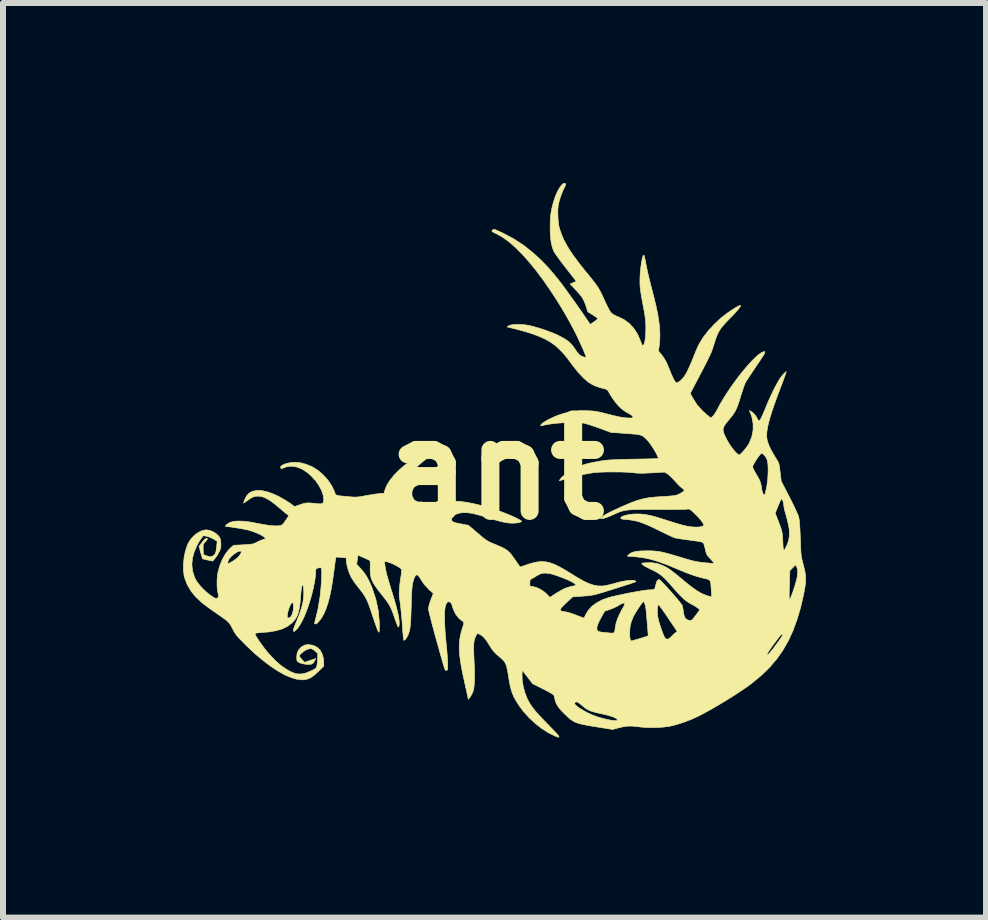
<source format=kicad_pcb>
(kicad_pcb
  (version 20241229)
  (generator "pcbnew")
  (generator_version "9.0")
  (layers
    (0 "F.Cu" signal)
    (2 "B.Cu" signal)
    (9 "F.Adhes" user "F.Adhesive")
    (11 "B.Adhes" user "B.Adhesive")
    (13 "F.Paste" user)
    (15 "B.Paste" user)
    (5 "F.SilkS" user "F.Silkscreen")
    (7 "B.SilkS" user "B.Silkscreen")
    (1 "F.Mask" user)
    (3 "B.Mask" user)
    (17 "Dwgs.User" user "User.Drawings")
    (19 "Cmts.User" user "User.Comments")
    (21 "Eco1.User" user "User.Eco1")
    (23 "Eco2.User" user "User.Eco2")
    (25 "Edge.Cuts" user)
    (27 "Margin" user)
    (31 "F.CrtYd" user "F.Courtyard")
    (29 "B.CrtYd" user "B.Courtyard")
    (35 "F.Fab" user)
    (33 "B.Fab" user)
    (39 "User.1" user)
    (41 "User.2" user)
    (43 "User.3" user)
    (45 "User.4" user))
  (footprint "ant"
    (layer "F.Cu")
    (at 5.192 4.772)
    (property "Reference" "ant" (at 0 0 0) (layer "F.SilkS") (effects (font (size 1.524 1.524) (thickness 0.3))))
    (attr through_hole)
    (fp_poly (pts (xy 1.169 -4.766) (xy 1.179 -4.761) (xy 1.182 -4.753) (xy 1.178 -4.737) (xy 1.166 -4.709) (xy 1.147 -4.671) (xy 1.124 -4.619) (xy 1.1 -4.556) (xy 1.08 -4.494) (xy 1.075 -4.476) (xy 1.063 -4.427) (xy 1.056 -4.386) (xy 1.052 -4.345) (xy 1.051 -4.299) (xy 1.052 -4.239) (xy 1.052 -4.224) (xy 1.056 -4.155) (xy 1.061 -4.101) (xy 1.069 -4.054) (xy 1.081 -4.008) (xy 1.088 -3.987) (xy 1.118 -3.903) (xy 1.154 -3.82) (xy 1.2 -3.735) (xy 1.255 -3.645) (xy 1.322 -3.548) (xy 1.401 -3.442) (xy 1.495 -3.323) (xy 1.513 -3.302) (xy 1.577 -3.223) (xy 1.629 -3.158) (xy 1.671 -3.104) (xy 1.705 -3.057) (xy 1.733 -3.013) (xy 1.757 -2.971) (xy 1.78 -2.926) (xy 1.804 -2.875) (xy 1.827 -2.823) (xy 1.856 -2.759) (xy 1.885 -2.701) (xy 1.91 -2.654) (xy 1.93 -2.622) (xy 1.937 -2.613) (xy 1.977 -2.581) (xy 2.035 -2.553) (xy 2.053 -2.546) (xy 2.152 -2.499) (xy 2.24 -2.434) (xy 2.317 -2.351) (xy 2.38 -2.253) (xy 2.429 -2.14) (xy 2.435 -2.123) (xy 2.447 -2.091) (xy 2.458 -2.07) (xy 2.464 -2.065) (xy 2.48 -2.076) (xy 2.494 -2.107) (xy 2.504 -2.157) (xy 2.512 -2.225) (xy 2.516 -2.294) (xy 2.517 -2.351) (xy 2.517 -2.404) (xy 2.514 -2.455) (xy 2.509 -2.508) (xy 2.501 -2.569) (xy 2.49 -2.639) (xy 2.474 -2.724) (xy 2.456 -2.819) (xy 2.441 -2.905) (xy 2.43 -2.974) (xy 2.423 -3.035) (xy 2.419 -3.092) (xy 2.419 -3.145) (xy 2.42 -3.207) (xy 2.424 -3.273) (xy 2.43 -3.34) (xy 2.438 -3.404) (xy 2.447 -3.462) (xy 2.457 -3.511) (xy 2.467 -3.548) (xy 2.476 -3.569) (xy 2.485 -3.571) (xy 2.485 -3.571) (xy 2.49 -3.557) (xy 2.498 -3.526) (xy 2.508 -3.481) (xy 2.518 -3.427) (xy 2.522 -3.407) (xy 2.534 -3.348) (xy 2.55 -3.274) (xy 2.57 -3.191) (xy 2.591 -3.105) (xy 2.612 -3.021) (xy 2.617 -3.004) (xy 2.658 -2.846) (xy 2.691 -2.706) (xy 2.716 -2.581) (xy 2.734 -2.469) (xy 2.746 -2.366) (xy 2.751 -2.271) (xy 2.75 -2.18) (xy 2.743 -2.09) (xy 2.739 -2.055) (xy 2.728 -1.974) (xy 2.77 -1.923) (xy 2.802 -1.882) (xy 2.828 -1.843) (xy 2.852 -1.801) (xy 2.876 -1.749) (xy 2.903 -1.682) (xy 2.904 -1.68) (xy 2.94 -1.593) (xy 2.971 -1.525) (xy 2.996 -1.478) (xy 3.015 -1.451) (xy 3.018 -1.449) (xy 3.031 -1.444) (xy 3.051 -1.451) (xy 3.077 -1.468) (xy 3.112 -1.498) (xy 3.145 -1.535) (xy 3.178 -1.582) (xy 3.211 -1.642) (xy 3.245 -1.716) (xy 3.284 -1.807) (xy 3.309 -1.87) (xy 3.334 -1.932) (xy 3.36 -1.994) (xy 3.384 -2.048) (xy 3.404 -2.09) (xy 3.409 -2.098) (xy 3.475 -2.205) (xy 3.56 -2.314) (xy 3.657 -2.42) (xy 3.763 -2.519) (xy 3.841 -2.581) (xy 3.889 -2.616) (xy 3.939 -2.65) (xy 3.987 -2.681) (xy 4.03 -2.707) (xy 4.065 -2.725) (xy 4.087 -2.735) (xy 4.094 -2.735) (xy 4.094 -2.723) (xy 4.081 -2.7) (xy 4.054 -2.665) (xy 4.012 -2.618) (xy 3.955 -2.557) (xy 3.908 -2.509) (xy 3.846 -2.445) (xy 3.798 -2.391) (xy 3.761 -2.343) (xy 3.731 -2.295) (xy 3.706 -2.244) (xy 3.683 -2.183) (xy 3.659 -2.108) (xy 3.649 -2.076) (xy 3.636 -2.035) (xy 3.622 -1.994) (xy 3.606 -1.952) (xy 3.586 -1.906) (xy 3.56 -1.853) (xy 3.529 -1.789) (xy 3.489 -1.712) (xy 3.441 -1.619) (xy 3.433 -1.604) (xy 3.257 -1.269) (xy 3.297 -1.194) (xy 3.368 -1.081) (xy 3.458 -0.98) (xy 3.52 -0.924) (xy 3.601 -0.858) (xy 3.634 -0.89) (xy 3.656 -0.915) (xy 3.681 -0.954) (xy 3.706 -0.997) (xy 3.71 -1.005) (xy 3.758 -1.095) (xy 3.814 -1.189) (xy 3.875 -1.285) (xy 3.94 -1.381) (xy 4.008 -1.475) (xy 4.077 -1.567) (xy 4.146 -1.653) (xy 4.213 -1.732) (xy 4.277 -1.802) (xy 4.337 -1.862) (xy 4.39 -1.91) (xy 4.437 -1.944) (xy 4.474 -1.962) (xy 4.494 -1.964) (xy 4.5 -1.961) (xy 4.501 -1.954) (xy 4.497 -1.94) (xy 4.484 -1.917) (xy 4.464 -1.884) (xy 4.434 -1.838) (xy 4.394 -1.778) (xy 4.356 -1.723) (xy 4.312 -1.657) (xy 4.27 -1.594) (xy 4.233 -1.539) (xy 4.204 -1.493) (xy 4.183 -1.461) (xy 4.174 -1.446) (xy 4.164 -1.422) (xy 4.15 -1.382) (xy 4.132 -1.329) (xy 4.112 -1.268) (xy 4.097 -1.22) (xy 4.072 -1.138) (xy 4.049 -1.072) (xy 4.029 -1.02) (xy 4.008 -0.976) (xy 3.984 -0.936) (xy 3.955 -0.896) (xy 3.92 -0.852) (xy 3.909 -0.839) (xy 3.863 -0.783) (xy 3.83 -0.738) (xy 3.81 -0.7) (xy 3.804 -0.665) (xy 3.809 -0.627) (xy 3.826 -0.581) (xy 3.854 -0.523) (xy 3.868 -0.494) (xy 3.896 -0.445) (xy 3.929 -0.394) (xy 3.965 -0.345) (xy 4 -0.302) (xy 4.032 -0.269) (xy 4.058 -0.248) (xy 4.071 -0.243) (xy 4.087 -0.251) (xy 4.112 -0.274) (xy 4.142 -0.306) (xy 4.174 -0.345) (xy 4.205 -0.385) (xy 4.23 -0.422) (xy 4.241 -0.443) (xy 4.283 -0.548) (xy 4.304 -0.657) (xy 4.304 -0.766) (xy 4.284 -0.874) (xy 4.262 -0.936) (xy 4.241 -0.983) (xy 4.274 -0.966) (xy 4.311 -0.938) (xy 4.349 -0.892) (xy 4.378 -0.841) (xy 4.391 -0.817) (xy 4.401 -0.81) (xy 4.413 -0.819) (xy 4.419 -0.825) (xy 4.43 -0.842) (xy 4.448 -0.876) (xy 4.469 -0.923) (xy 4.493 -0.978) (xy 4.506 -1.011) (xy 4.552 -1.122) (xy 4.599 -1.227) (xy 4.645 -1.324) (xy 4.69 -1.41) (xy 4.731 -1.483) (xy 4.768 -1.54) (xy 4.795 -1.574) (xy 4.822 -1.602) (xy 4.844 -1.623) (xy 4.855 -1.631) (xy 4.856 -1.63) (xy 4.853 -1.619) (xy 4.844 -1.59) (xy 4.828 -1.546) (xy 4.808 -1.49) (xy 4.784 -1.425) (xy 4.762 -1.368) (xy 4.704 -1.214) (xy 4.655 -1.078) (xy 4.615 -0.96) (xy 4.583 -0.856) (xy 4.559 -0.767) (xy 4.542 -0.69) (xy 4.533 -0.624) (xy 4.53 -0.567) (xy 4.531 -0.539) (xy 4.54 -0.481) (xy 4.562 -0.415) (xy 4.597 -0.339) (xy 4.646 -0.25) (xy 4.681 -0.193) (xy 4.704 -0.157) (xy 4.72 -0.129) (xy 4.731 -0.102) (xy 4.739 -0.072) (xy 4.745 -0.032) (xy 4.752 0.022) (xy 4.754 0.044) (xy 4.772 0.192) (xy 4.909 0.459) (xy 4.949 0.537) (xy 4.985 0.611) (xy 5.016 0.678) (xy 5.041 0.733) (xy 5.058 0.775) (xy 5.064 0.794) (xy 5.071 0.831) (xy 5.077 0.885) (xy 5.082 0.957) (xy 5.087 1.049) (xy 5.091 1.152) (xy 5.094 1.24) (xy 5.097 1.309) (xy 5.1 1.365) (xy 5.103 1.409) (xy 5.108 1.446) (xy 5.114 1.481) (xy 5.122 1.516) (xy 5.132 1.555) (xy 5.14 1.585) (xy 5.16 1.664) (xy 5.173 1.733) (xy 5.18 1.797) (xy 5.179 1.863) (xy 5.171 1.936) (xy 5.157 2.021) (xy 5.147 2.074) (xy 5.096 2.296) (xy 5.036 2.499) (xy 4.968 2.685) (xy 4.889 2.856) (xy 4.799 3.013) (xy 4.696 3.159) (xy 4.579 3.295) (xy 4.447 3.424) (xy 4.3 3.547) (xy 4.278 3.564) (xy 4.192 3.627) (xy 4.09 3.696) (xy 3.977 3.77) (xy 3.857 3.845) (xy 3.734 3.919) (xy 3.614 3.989) (xy 3.499 4.053) (xy 3.401 4.104) (xy 3.282 4.159) (xy 3.158 4.207) (xy 3.034 4.247) (xy 2.919 4.276) (xy 2.893 4.28) (xy 2.819 4.29) (xy 2.73 4.296) (xy 2.634 4.299) (xy 2.539 4.297) (xy 2.452 4.292) (xy 2.391 4.285) (xy 2.303 4.275) (xy 2.226 4.274) (xy 2.15 4.283) (xy 2.071 4.301) (xy 1.966 4.33) (xy 1.682 4.285) (xy 1.583 4.269) (xy 1.503 4.254) (xy 1.438 4.24) (xy 1.385 4.225) (xy 1.34 4.208) (xy 1.301 4.187) (xy 1.264 4.162) (xy 1.226 4.13) (xy 1.183 4.09) (xy 1.175 4.083) (xy 1.11 4.017) (xy 1.062 3.959) (xy 1.029 3.904) (xy 1.024 3.893) (xy 1.329 3.893) (xy 1.33 3.904) (xy 1.344 3.92) (xy 1.369 3.944) (xy 1.415 3.977) (xy 1.476 4.014) (xy 1.546 4.052) (xy 1.62 4.086) (xy 1.69 4.113) (xy 1.747 4.132) (xy 1.808 4.148) (xy 1.869 4.163) (xy 1.926 4.174) (xy 1.976 4.181) (xy 2.014 4.184) (xy 2.037 4.182) (xy 2.043 4.176) (xy 2.033 4.155) (xy 2.003 4.135) (xy 1.953 4.114) (xy 1.882 4.093) (xy 1.789 4.071) (xy 1.779 4.069) (xy 1.699 4.051) (xy 1.636 4.035) (xy 1.587 4.018) (xy 1.546 3.998) (xy 1.509 3.975) (xy 1.472 3.945) (xy 1.427 3.907) (xy 1.393 3.883) (xy 1.37 3.872) (xy 1.352 3.872) (xy 1.338 3.881) (xy 1.338 3.882) (xy 1.329 3.893) (xy 1.024 3.893) (xy 1.008 3.851) (xy 1.005 3.838) (xy 0.997 3.802) (xy 0.99 3.772) (xy 0.987 3.763) (xy 0.975 3.75) (xy 0.945 3.73) (xy 0.899 3.704) (xy 0.839 3.672) (xy 0.806 3.655) (xy 0.631 3.568) (xy 0.545 3.455) (xy 0.458 3.343) (xy 0.455 3.408) (xy 0.457 3.507) (xy 0.474 3.613) (xy 0.503 3.72) (xy 0.542 3.82) (xy 0.565 3.864) (xy 0.59 3.907) (xy 0.62 3.95) (xy 0.654 3.996) (xy 0.696 4.046) (xy 0.748 4.103) (xy 0.811 4.17) (xy 0.888 4.249) (xy 0.899 4.26) (xy 0.962 4.325) (xy 1.011 4.376) (xy 1.045 4.413) (xy 1.065 4.439) (xy 1.071 4.454) (xy 1.066 4.459) (xy 1.048 4.456) (xy 1.019 4.445) (xy 0.994 4.435) (xy 0.888 4.382) (xy 0.779 4.311) (xy 0.672 4.227) (xy 0.571 4.133) (xy 0.48 4.032) (xy 0.41 3.939) (xy 0.359 3.859) (xy 0.319 3.787) (xy 0.289 3.716) (xy 0.266 3.64) (xy 0.247 3.553) (xy 0.237 3.495) (xy 0.224 3.411) (xy 0.212 3.344) (xy 0.201 3.293) (xy 0.189 3.253) (xy 0.175 3.222) (xy 0.157 3.195) (xy 0.134 3.17) (xy 0.104 3.142) (xy 0.075 3.117) (xy 0.035 3.082) (xy 4.534 3.082) (xy 4.534 3.082) (xy 4.541 3.087) (xy 4.553 3.081) (xy 4.571 3.065) (xy 4.597 3.035) (xy 4.632 2.991) (xy 4.677 2.932) (xy 4.695 2.907) (xy 4.738 2.849) (xy 4.768 2.806) (xy 4.786 2.775) (xy 4.795 2.755) (xy 4.795 2.743) (xy 4.794 2.742) (xy 4.788 2.739) (xy 4.778 2.745) (xy 4.76 2.762) (xy 4.735 2.793) (xy 4.7 2.838) (xy 4.656 2.897) (xy 4.616 2.951) (xy 4.583 3) (xy 4.556 3.039) (xy 4.54 3.068) (xy 4.534 3.082) (xy 0.035 3.082) (xy 0.022 3.07) (xy -0.017 3.029) (xy -0.05 2.988) (xy -0.08 2.94) (xy -0.082 2.938) (xy -0.124 2.87) (xy -0.161 2.819) (xy -0.196 2.782) (xy -0.231 2.756) (xy -0.245 2.749) (xy -0.287 2.727) (xy -0.309 2.762) (xy -0.325 2.793) (xy -0.337 2.827) (xy -0.345 2.866) (xy -0.35 2.914) (xy -0.351 2.975) (xy -0.35 3.053) (xy -0.347 3.125) (xy -0.341 3.256) (xy -0.338 3.366) (xy -0.337 3.459) (xy -0.339 3.535) (xy -0.343 3.597) (xy -0.349 3.647) (xy -0.358 3.686) (xy -0.364 3.703) (xy -0.382 3.743) (xy -0.402 3.779) (xy -0.414 3.797) (xy -0.44 3.827) (xy -0.446 3.799) (xy -0.45 3.78) (xy -0.458 3.743) (xy -0.469 3.692) (xy -0.483 3.632) (xy -0.496 3.573) (xy -0.528 3.427) (xy -0.554 3.299) (xy -0.572 3.188) (xy -0.585 3.089) (xy -0.591 3.001) (xy -0.591 2.921) (xy -0.585 2.846) (xy -0.574 2.773) (xy -0.556 2.701) (xy -0.541 2.65) (xy -0.539 2.643) (xy 1.701 2.643) (xy 1.704 2.669) (xy 1.715 2.688) (xy 1.739 2.701) (xy 1.778 2.709) (xy 1.833 2.715) (xy 1.896 2.721) (xy 1.94 2.725) (xy 1.969 2.725) (xy 1.986 2.719) (xy 1.996 2.706) (xy 1.996 2.706) (xy 2.248 2.706) (xy 2.249 2.77) (xy 2.253 2.815) (xy 2.261 2.842) (xy 2.273 2.854) (xy 2.289 2.854) (xy 2.309 2.847) (xy 2.345 2.836) (xy 2.392 2.823) (xy 2.433 2.81) (xy 2.481 2.796) (xy 2.52 2.783) (xy 2.546 2.774) (xy 2.555 2.771) (xy 2.556 2.758) (xy 2.554 2.73) (xy 2.551 2.69) (xy 2.55 2.673) (xy 2.545 2.623) (xy 2.54 2.56) (xy 2.535 2.492) (xy 2.53 2.435) (xy 2.523 2.356) (xy 2.709 2.356) (xy 2.711 2.408) (xy 2.717 2.458) (xy 2.721 2.479) (xy 2.735 2.534) (xy 2.753 2.593) (xy 2.773 2.653) (xy 2.793 2.709) (xy 2.812 2.757) (xy 2.829 2.794) (xy 2.843 2.816) (xy 2.848 2.82) (xy 2.879 2.825) (xy 2.903 2.818) (xy 2.929 2.796) (xy 2.939 2.786) (xy 2.968 2.756) (xy 2.998 2.729) (xy 3.008 2.721) (xy 3.04 2.698) (xy 2.887 2.47) (xy 2.838 2.397) (xy 2.796 2.338) (xy 2.763 2.293) (xy 2.74 2.264) (xy 2.727 2.252) (xy 2.725 2.252) (xy 2.716 2.272) (xy 2.71 2.309) (xy 2.709 2.356) (xy 2.523 2.356) (xy 2.522 2.349) (xy 2.512 2.281) (xy 2.5 2.234) (xy 2.486 2.206) (xy 2.478 2.201) (xy 2.468 2.208) (xy 2.449 2.23) (xy 2.424 2.264) (xy 2.396 2.305) (xy 2.367 2.35) (xy 2.34 2.394) (xy 2.317 2.434) (xy 2.311 2.446) (xy 2.274 2.535) (xy 2.254 2.622) (xy 2.248 2.706) (xy 1.996 2.706) (xy 2.001 2.684) (xy 2.005 2.652) (xy 2.007 2.637) (xy 2.02 2.565) (xy 2.042 2.496) (xy 2.073 2.422) (xy 2.116 2.339) (xy 2.124 2.325) (xy 2.148 2.283) (xy 2.161 2.256) (xy 2.165 2.24) (xy 2.161 2.231) (xy 2.155 2.227) (xy 2.136 2.226) (xy 2.109 2.237) (xy 2.07 2.26) (xy 2.025 2.285) (xy 1.971 2.31) (xy 1.919 2.33) (xy 1.918 2.331) (xy 1.832 2.36) (xy 1.785 2.442) (xy 1.744 2.517) (xy 1.717 2.579) (xy 1.703 2.625) (xy 1.701 2.643) (xy -0.539 2.643) (xy -0.526 2.602) (xy -0.518 2.571) (xy -0.516 2.552) (xy -0.519 2.541) (xy -0.526 2.534) (xy -0.595 2.481) (xy -0.65 2.411) (xy -0.691 2.325) (xy -0.703 2.288) (xy -0.716 2.246) (xy -0.729 2.221) (xy -0.746 2.209) (xy -0.748 2.208) (xy -0.773 2.202) (xy -0.791 2.21) (xy -0.807 2.235) (xy -0.815 2.251) (xy -0.827 2.296) (xy -0.834 2.36) (xy -0.837 2.444) (xy -0.835 2.545) (xy -0.829 2.663) (xy -0.819 2.796) (xy -0.813 2.859) (xy -0.805 2.942) (xy -0.797 3.024) (xy -0.791 3.101) (xy -0.787 3.168) (xy -0.785 3.22) (xy -0.784 3.243) (xy -0.784 3.291) (xy -0.786 3.322) (xy -0.79 3.338) (xy -0.797 3.345) (xy -0.805 3.346) (xy -0.811 3.347) (xy -0.815 3.347) (xy -0.819 3.345) (xy -0.824 3.339) (xy -0.829 3.328) (xy -0.836 3.309) (xy -0.845 3.282) (xy -0.857 3.244) (xy -0.872 3.193) (xy -0.89 3.129) (xy -0.913 3.048) (xy -0.94 2.95) (xy -0.973 2.833) (xy -0.977 2.819) (xy -1.004 2.721) (xy -1.029 2.628) (xy -1.052 2.542) (xy -1.071 2.467) (xy -1.087 2.405) (xy -1.098 2.357) (xy -1.104 2.327) (xy -1.104 2.319) (xy -1.1 2.289) (xy -1.09 2.247) (xy -1.074 2.197) (xy -1.064 2.169) (xy -1.024 2.064) (xy -1.098 1.997) (xy -1.177 1.911) (xy -1.193 1.887) (xy 0.585 1.887) (xy 0.585 1.941) (xy 0.633 1.948) (xy 0.698 1.966) (xy 0.766 1.999) (xy 0.83 2.042) (xy 0.865 2.074) (xy 0.919 2.129) (xy 1.014 2.067) (xy 1.062 2.038) (xy 1.112 2.009) (xy 1.154 1.987) (xy 1.17 1.98) (xy 1.218 1.963) (xy 1.271 1.948) (xy 1.296 1.942) (xy 1.36 1.929) (xy 1.329 1.899) (xy 1.304 1.882) (xy 1.263 1.86) (xy 1.209 1.835) (xy 1.148 1.81) (xy 1.084 1.785) (xy 1.021 1.763) (xy 0.964 1.745) (xy 0.918 1.734) (xy 0.911 1.732) (xy 0.847 1.725) (xy 0.795 1.728) (xy 0.746 1.744) (xy 0.692 1.774) (xy 0.689 1.776) (xy 0.653 1.798) (xy 0.623 1.816) (xy 0.605 1.825) (xy 0.592 1.836) (xy 0.586 1.859) (xy 0.585 1.887) (xy -1.193 1.887) (xy -1.222 1.843) (xy -1.253 1.793) (xy -1.279 1.763) (xy -1.301 1.754) (xy -1.319 1.764) (xy -1.335 1.792) (xy -1.348 1.826) (xy -1.358 1.858) (xy -1.367 1.89) (xy -1.373 1.927) (xy -1.378 1.971) (xy -1.382 2.024) (xy -1.386 2.091) (xy -1.389 2.173) (xy -1.391 2.275) (xy -1.395 2.383) (xy -1.398 2.472) (xy -1.402 2.544) (xy -1.407 2.603) (xy -1.413 2.65) (xy -1.422 2.69) (xy -1.432 2.724) (xy -1.444 2.755) (xy -1.457 2.781) (xy -1.478 2.816) (xy -1.497 2.838) (xy -1.512 2.845) (xy -1.517 2.841) (xy -1.519 2.827) (xy -1.523 2.796) (xy -1.527 2.749) (xy -1.532 2.693) (xy -1.535 2.65) (xy -1.54 2.577) (xy -1.546 2.499) (xy -1.554 2.421) (xy -1.561 2.346) (xy -1.568 2.278) (xy -1.575 2.221) (xy -1.581 2.177) (xy -1.586 2.152) (xy -1.586 2.15) (xy -1.591 2.118) (xy -1.592 2.068) (xy -1.589 2.005) (xy -1.584 1.935) (xy -1.575 1.862) (xy -1.569 1.821) (xy -1.56 1.767) (xy -1.555 1.719) (xy -1.552 1.683) (xy -1.552 1.664) (xy -1.553 1.663) (xy -1.566 1.648) (xy -1.596 1.628) (xy -1.635 1.604) (xy -1.68 1.581) (xy -1.724 1.561) (xy -1.764 1.546) (xy -1.788 1.539) (xy -1.837 1.532) (xy -1.829 1.597) (xy -1.823 1.639) (xy -1.813 1.688) (xy -1.8 1.745) (xy -1.781 1.813) (xy -1.757 1.895) (xy -1.727 1.994) (xy -1.711 2.045) (xy -1.67 2.179) (xy -1.638 2.294) (xy -1.614 2.392) (xy -1.599 2.472) (xy -1.591 2.537) (xy -1.592 2.586) (xy -1.6 2.622) (xy -1.605 2.624) (xy -1.615 2.61) (xy -1.628 2.579) (xy -1.647 2.53) (xy -1.667 2.473) (xy -1.694 2.395) (xy -1.719 2.333) (xy -1.743 2.281) (xy -1.771 2.234) (xy -1.804 2.185) (xy -1.847 2.129) (xy -1.873 2.096) (xy -1.935 2.018) (xy -1.983 1.953) (xy -2.019 1.898) (xy -2.044 1.848) (xy -2.061 1.801) (xy -2.071 1.752) (xy -2.075 1.7) (xy -2.075 1.644) (xy -2.074 1.595) (xy -2.075 1.554) (xy -2.077 1.526) (xy -2.08 1.517) (xy -2.093 1.509) (xy -2.122 1.495) (xy -2.161 1.478) (xy -2.184 1.467) (xy -2.28 1.426) (xy -2.3 1.579) (xy -2.235 1.649) (xy -2.176 1.719) (xy -2.125 1.797) (xy -2.079 1.888) (xy -2.043 1.973) (xy -1.981 2.16) (xy -1.941 2.348) (xy -1.923 2.536) (xy -1.922 2.595) (xy -1.922 2.649) (xy -1.923 2.684) (xy -1.926 2.703) (xy -1.93 2.709) (xy -1.937 2.705) (xy -1.944 2.691) (xy -1.958 2.658) (xy -1.975 2.61) (xy -1.996 2.551) (xy -2.02 2.483) (xy -2.037 2.43) (xy -2.067 2.341) (xy -2.091 2.27) (xy -2.114 2.212) (xy -2.135 2.164) (xy -2.158 2.121) (xy -2.184 2.08) (xy -2.215 2.036) (xy -2.254 1.987) (xy -2.279 1.955) (xy -2.318 1.905) (xy -2.355 1.852) (xy -2.386 1.803) (xy -2.402 1.772) (xy -2.428 1.711) (xy -2.45 1.642) (xy -2.466 1.574) (xy -2.473 1.515) (xy -2.474 1.506) (xy -2.474 1.471) (xy -2.557 1.464) (xy -2.598 1.46) (xy -2.629 1.459) (xy -2.645 1.46) (xy -2.646 1.46) (xy -2.648 1.472) (xy -2.653 1.502) (xy -2.66 1.548) (xy -2.668 1.606) (xy -2.676 1.672) (xy -2.679 1.69) (xy -2.701 1.854) (xy -2.725 1.997) (xy -2.751 2.122) (xy -2.78 2.229) (xy -2.811 2.321) (xy -2.845 2.399) (xy -2.845 2.4) (xy -2.874 2.452) (xy -2.905 2.499) (xy -2.935 2.537) (xy -2.962 2.563) (xy -2.983 2.573) (xy -2.983 2.573) (xy -3 2.569) (xy -3.001 2.553) (xy -2.999 2.548) (xy -2.944 2.322) (xy -2.906 2.092) (xy -2.886 1.863) (xy -2.882 1.727) (xy -2.883 1.68) (xy -2.886 1.652) (xy -2.894 1.638) (xy -2.911 1.635) (xy -2.939 1.64) (xy -2.947 1.641) (xy -2.969 1.648) (xy -2.979 1.66) (xy -2.982 1.685) (xy -2.982 1.694) (xy -2.987 1.775) (xy -3.001 1.872) (xy -3.023 1.979) (xy -3.051 2.093) (xy -3.085 2.208) (xy -3.122 2.32) (xy -3.163 2.425) (xy -3.199 2.504) (xy -3.229 2.561) (xy -3.26 2.611) (xy -3.291 2.652) (xy -3.318 2.681) (xy -3.339 2.696) (xy -3.353 2.693) (xy -3.356 2.682) (xy -3.352 2.66) (xy -3.341 2.625) (xy -3.321 2.575) (xy -3.299 2.523) (xy -3.254 2.41) (xy -3.22 2.31) (xy -3.197 2.221) (xy -3.185 2.139) (xy -3.181 2.061) (xy -3.183 2.014) (xy -3.185 1.973) (xy -3.189 1.945) (xy -3.191 1.938) (xy -3.198 1.923) (xy -3.204 1.927) (xy -3.211 1.94) (xy -3.217 1.958) (xy -3.222 1.995) (xy -3.228 2.044) (xy -3.233 2.102) (xy -3.236 2.133) (xy -3.244 2.234) (xy -3.256 2.317) (xy -3.272 2.385) (xy -3.293 2.442) (xy -3.321 2.49) (xy -3.357 2.533) (xy -3.383 2.559) (xy -3.454 2.613) (xy -3.54 2.655) (xy -3.642 2.685) (xy -3.761 2.705) (xy -3.858 2.713) (xy -3.921 2.718) (xy -3.964 2.723) (xy -3.988 2.729) (xy -3.994 2.734) (xy -3.99 2.75) (xy -3.975 2.78) (xy -3.95 2.82) (xy -3.917 2.869) (xy -3.879 2.922) (xy -3.838 2.977) (xy -3.796 3.03) (xy -3.755 3.078) (xy -3.653 3.186) (xy -3.553 3.272) (xy -3.453 3.339) (xy -3.415 3.36) (xy -3.367 3.382) (xy -3.331 3.396) (xy -3.299 3.403) (xy -3.263 3.406) (xy -3.249 3.406) (xy -3.209 3.404) (xy -3.174 3.398) (xy -3.136 3.386) (xy -3.088 3.366) (xy -3.076 3.361) (xy -3.03 3.34) (xy -3 3.325) (xy -2.983 3.311) (xy -2.972 3.296) (xy -2.965 3.275) (xy -2.963 3.268) (xy -2.956 3.231) (xy -2.951 3.183) (xy -2.949 3.14) (xy -2.949 3.061) (xy -2.997 3.021) (xy -3.028 2.997) (xy -3.053 2.985) (xy -3.078 2.984) (xy -3.113 2.992) (xy -3.118 2.994) (xy -3.145 3.006) (xy -3.177 3.026) (xy -3.21 3.051) (xy -3.237 3.076) (xy -3.255 3.096) (xy -3.258 3.105) (xy -3.251 3.118) (xy -3.233 3.141) (xy -3.213 3.163) (xy -3.168 3.212) (xy -3.075 3.18) (xy -2.982 3.149) (xy -3.004 3.192) (xy -3.028 3.226) (xy -3.054 3.242) (xy -3.097 3.247) (xy -3.15 3.244) (xy -3.204 3.234) (xy -3.248 3.22) (xy -3.253 3.218) (xy -3.277 3.204) (xy -3.291 3.19) (xy -3.297 3.169) (xy -3.299 3.134) (xy -3.299 3.13) (xy -3.293 3.062) (xy -3.268 3.006) (xy -3.223 2.958) (xy -3.208 2.947) (xy -3.161 2.923) (xy -3.109 2.916) (xy -3.046 2.925) (xy -3.018 2.932) (xy -2.959 2.961) (xy -2.911 3.007) (xy -2.876 3.068) (xy -2.855 3.142) (xy -2.849 3.214) (xy -2.849 3.276) (xy -2.942 3.366) (xy -3.001 3.421) (xy -3.052 3.459) (xy -3.099 3.484) (xy -3.148 3.498) (xy -3.201 3.503) (xy -3.214 3.503) (xy -3.3 3.493) (xy -3.396 3.464) (xy -3.501 3.419) (xy -3.613 3.356) (xy -3.732 3.278) (xy -3.856 3.184) (xy -3.984 3.077) (xy -4.115 2.955) (xy -4.154 2.917) (xy -4.21 2.86) (xy -4.253 2.816) (xy -4.286 2.78) (xy -4.311 2.748) (xy -4.331 2.719) (xy -4.349 2.688) (xy -4.366 2.655) (xy -4.384 2.62) (xy -4.399 2.591) (xy -4.416 2.567) (xy -4.436 2.544) (xy -4.462 2.52) (xy -4.496 2.493) (xy -4.542 2.46) (xy -4.566 2.443) (xy -3.457 2.443) (xy -3.455 2.465) (xy -3.445 2.472) (xy -3.422 2.469) (xy -3.416 2.467) (xy -3.396 2.451) (xy -3.379 2.42) (xy -3.364 2.377) (xy -3.355 2.33) (xy -3.351 2.284) (xy -3.354 2.245) (xy -3.365 2.219) (xy -3.366 2.217) (xy -3.378 2.218) (xy -3.393 2.235) (xy -3.41 2.266) (xy -3.426 2.305) (xy -3.44 2.349) (xy -3.451 2.393) (xy -3.456 2.433) (xy -3.457 2.443) (xy -4.566 2.443) (xy -4.601 2.419) (xy -4.649 2.385) (xy -4.708 2.344) (xy -4.767 2.302) (xy -4.822 2.261) (xy -4.866 2.227) (xy -4.88 2.216) (xy -4.98 2.123) (xy -5.062 2.022) (xy -5.124 1.915) (xy -5.166 1.804) (xy -5.175 1.767) (xy -5.187 1.675) (xy -5.186 1.572) (xy -5.175 1.465) (xy -5.154 1.361) (xy -5.123 1.266) (xy -5.107 1.228) (xy -5.065 1.162) (xy -5.012 1.104) (xy -4.951 1.056) (xy -4.887 1.023) (xy -4.823 1.006) (xy -4.803 1.005) (xy -4.748 1.014) (xy -4.689 1.038) (xy -4.636 1.073) (xy -4.6 1.108) (xy -4.582 1.135) (xy -4.571 1.162) (xy -4.565 1.198) (xy -4.563 1.227) (xy -4.562 1.272) (xy -4.565 1.305) (xy -4.576 1.338) (xy -4.593 1.373) (xy -4.616 1.416) (xy -4.643 1.457) (xy -4.663 1.483) (xy -4.699 1.525) (xy -4.781 1.508) (xy -4.821 1.499) (xy -4.851 1.492) (xy -4.866 1.487) (xy -4.867 1.487) (xy -4.872 1.475) (xy -4.88 1.447) (xy -4.892 1.407) (xy -4.899 1.381) (xy -4.926 1.28) (xy -4.887 1.227) (xy -4.855 1.187) (xy -4.826 1.159) (xy -4.802 1.146) (xy -4.787 1.148) (xy -4.787 1.15) (xy -4.79 1.164) (xy -4.805 1.186) (xy -4.82 1.203) (xy -4.84 1.224) (xy -4.852 1.242) (xy -4.857 1.263) (xy -4.858 1.293) (xy -4.857 1.331) (xy -4.854 1.417) (xy -4.797 1.438) (xy -4.763 1.45) (xy -4.739 1.454) (xy -4.717 1.449) (xy -4.701 1.443) (xy -4.678 1.429) (xy -4.66 1.408) (xy -4.647 1.376) (xy -4.638 1.329) (xy -4.631 1.268) (xy -4.624 1.195) (xy -4.678 1.161) (xy -4.722 1.138) (xy -4.77 1.12) (xy -4.792 1.114) (xy -4.852 1.1) (xy -4.883 1.137) (xy -4.903 1.166) (xy -4.929 1.206) (xy -4.953 1.249) (xy -4.953 1.25) (xy -5.005 1.366) (xy -5.036 1.477) (xy -5.046 1.585) (xy -5.034 1.689) (xy -5.002 1.792) (xy -4.989 1.822) (xy -4.959 1.871) (xy -4.915 1.928) (xy -4.862 1.986) (xy -4.804 2.041) (xy -4.746 2.089) (xy -4.701 2.119) (xy -4.667 2.139) (xy -4.646 2.149) (xy -4.633 2.149) (xy -4.621 2.141) (xy -4.616 2.136) (xy -4.605 2.122) (xy -4.601 2.107) (xy -4.604 2.084) (xy -4.611 2.054) (xy -4.621 1.997) (xy -4.626 1.926) (xy -4.626 1.849) (xy -4.62 1.773) (xy -4.611 1.712) (xy -4.58 1.601) (xy -4.562 1.557) (xy -4.448 1.557) (xy -4.444 1.568) (xy -4.443 1.568) (xy -4.429 1.563) (xy -4.402 1.549) (xy -4.367 1.529) (xy -4.361 1.525) (xy -4.301 1.483) (xy -4.256 1.438) (xy -4.228 1.394) (xy -4.224 1.383) (xy -4.222 1.365) (xy -4.234 1.359) (xy -4.248 1.359) (xy -4.274 1.366) (xy -4.31 1.386) (xy -4.349 1.413) (xy -4.385 1.444) (xy -4.414 1.474) (xy -4.419 1.48) (xy -4.434 1.506) (xy -4.444 1.534) (xy -4.448 1.557) (xy -4.562 1.557) (xy -4.538 1.498) (xy -4.487 1.407) (xy -4.428 1.332) (xy -4.4 1.304) (xy -4.351 1.262) (xy -4.19 1.254) (xy -4.127 1.25) (xy -4.08 1.247) (xy -4.046 1.242) (xy -4.019 1.236) (xy -3.994 1.226) (xy -3.967 1.213) (xy -3.961 1.209) (xy -3.921 1.19) (xy -3.882 1.174) (xy -3.857 1.166) (xy -3.833 1.158) (xy -3.821 1.15) (xy -3.821 1.149) (xy -3.831 1.132) (xy -3.859 1.111) (xy -3.9 1.087) (xy -3.953 1.062) (xy -4.012 1.039) (xy -4.074 1.018) (xy -4.1 1.01) (xy -4.146 1) (xy -4.205 0.988) (xy -4.27 0.977) (xy -4.337 0.966) (xy -4.399 0.957) (xy -4.45 0.951) (xy -4.481 0.949) (xy -4.488 0.945) (xy -4.479 0.931) (xy -4.46 0.912) (xy -4.416 0.883) (xy -4.356 0.865) (xy -4.28 0.858) (xy -4.186 0.861) (xy -4.074 0.874) (xy -3.944 0.899) (xy -3.94 0.9) (xy -3.829 0.92) (xy -3.732 0.934) (xy -3.651 0.939) (xy -3.587 0.937) (xy -3.558 0.931) (xy -3.537 0.917) (xy -3.509 0.885) (xy -3.482 0.846) (xy -3.431 0.768) (xy -3.474 0.735) (xy -3.502 0.712) (xy -3.539 0.68) (xy -3.58 0.645) (xy -3.594 0.634) (xy -3.676 0.566) (xy -3.747 0.514) (xy -3.81 0.478) (xy -3.867 0.455) (xy -3.921 0.444) (xy -3.969 0.444) (xy -4.001 0.449) (xy -4.032 0.46) (xy -4.067 0.479) (xy -4.105 0.506) (xy -4.141 0.531) (xy -4.168 0.549) (xy -4.184 0.559) (xy -4.185 0.559) (xy -4.182 0.547) (xy -4.174 0.522) (xy -4.169 0.509) (xy -4.136 0.442) (xy -4.09 0.392) (xy -4.031 0.361) (xy -3.959 0.348) (xy -3.875 0.352) (xy -3.778 0.375) (xy -3.684 0.409) (xy -3.624 0.436) (xy -3.557 0.472) (xy -3.489 0.511) (xy -3.427 0.55) (xy -3.379 0.584) (xy -3.378 0.585) (xy -3.337 0.618) (xy -3.24 0.584) (xy -3.2 0.571) (xy -3.167 0.562) (xy -3.137 0.557) (xy -3.103 0.556) (xy -3.062 0.558) (xy -3.008 0.563) (xy -2.946 0.57) (xy -2.9 0.572) (xy -2.871 0.565) (xy -2.855 0.546) (xy -2.85 0.511) (xy -2.849 0.495) (xy -2.859 0.423) (xy -2.886 0.346) (xy -2.928 0.267) (xy -2.982 0.189) (xy -3.047 0.117) (xy -3.118 0.053) (xy -3.193 0.002) (xy -3.22 -0.012) (xy -3.297 -0.042) (xy -3.374 -0.055) (xy -3.445 -0.052) (xy -3.501 -0.034) (xy -3.532 -0.021) (xy -3.551 -0.018) (xy -3.564 -0.025) (xy -3.564 -0.025) (xy -3.569 -0.042) (xy -3.556 -0.06) (xy -3.528 -0.078) (xy -3.488 -0.095) (xy -3.439 -0.108) (xy -3.385 -0.117) (xy -3.329 -0.121) (xy -3.324 -0.121) (xy -3.239 -0.113) (xy -3.146 -0.089) (xy -3.054 -0.052) (xy -3.034 -0.042) (xy -2.944 0.015) (xy -2.859 0.088) (xy -2.783 0.173) (xy -2.719 0.265) (xy -2.673 0.359) (xy -2.666 0.379) (xy -2.66 0.397) (xy -2.654 0.411) (xy -2.644 0.421) (xy -2.628 0.429) (xy -2.603 0.434) (xy -2.565 0.44) (xy -2.512 0.445) (xy -2.441 0.452) (xy -2.43 0.453) (xy -2.375 0.457) (xy -2.331 0.459) (xy -2.292 0.458) (xy -2.25 0.453) (xy -2.198 0.445) (xy -2.158 0.437) (xy -2.095 0.426) (xy -2.03 0.415) (xy -1.972 0.407) (xy -1.929 0.402) (xy -1.844 0.395) (xy -1.832 0.349) (xy -1.802 0.27) (xy -1.752 0.188) (xy -1.686 0.104) (xy -1.606 0.02) (xy -1.514 -0.061) (xy -1.412 -0.138) (xy -1.303 -0.209) (xy -1.189 -0.272) (xy -1.073 -0.325) (xy -0.957 -0.366) (xy -0.945 -0.37) (xy -0.888 -0.384) (xy -0.847 -0.391) (xy -0.823 -0.39) (xy -0.817 -0.382) (xy -0.83 -0.369) (xy -0.863 -0.349) (xy -0.887 -0.338) (xy -0.919 -0.321) (xy -0.963 -0.296) (xy -1.013 -0.265) (xy -1.06 -0.234) (xy -1.172 -0.153) (xy -1.275 -0.067) (xy -1.368 0.024) (xy -1.449 0.115) (xy -1.515 0.205) (xy -1.566 0.292) (xy -1.599 0.374) (xy -1.607 0.405) (xy -1.609 0.423) (xy -1.605 0.438) (xy -1.593 0.453) (xy -1.568 0.474) (xy -1.539 0.497) (xy -1.463 0.553) (xy -1.34 0.546) (xy -1.216 0.539) (xy -1.093 0.613) (xy -1.043 0.643) (xy -1.008 0.664) (xy -0.982 0.673) (xy -0.96 0.673) (xy -0.939 0.661) (xy -0.912 0.639) (xy -0.878 0.609) (xy -0.831 0.571) (xy -0.788 0.546) (xy -0.742 0.532) (xy -0.685 0.527) (xy -0.652 0.527) (xy -0.571 0.532) (xy -0.474 0.545) (xy -0.365 0.566) (xy -0.247 0.594) (xy -0.126 0.628) (xy -0.003 0.665) (xy 0.116 0.706) (xy 0.228 0.75) (xy 0.329 0.794) (xy 0.361 0.81) (xy 0.399 0.83) (xy 0.429 0.847) (xy 0.445 0.858) (xy 0.446 0.859) (xy 0.442 0.869) (xy 0.42 0.879) (xy 0.385 0.887) (xy 0.343 0.892) (xy 0.298 0.894) (xy 0.297 0.894) (xy 0.25 0.892) (xy 0.199 0.886) (xy 0.142 0.875) (xy 0.075 0.859) (xy -0.007 0.836) (xy -0.104 0.806) (xy -0.202 0.776) (xy -0.282 0.753) (xy -0.349 0.736) (xy -0.406 0.725) (xy -0.456 0.72) (xy -0.501 0.718) (xy -0.568 0.722) (xy -0.623 0.735) (xy -0.673 0.76) (xy -0.687 0.769) (xy -0.714 0.79) (xy -0.724 0.806) (xy -0.724 0.825) (xy -0.723 0.827) (xy -0.716 0.848) (xy -0.705 0.864) (xy -0.685 0.876) (xy -0.654 0.887) (xy -0.607 0.897) (xy -0.565 0.905) (xy -0.439 0.929) (xy -0.3 1.047) (xy -0.242 1.096) (xy -0.197 1.134) (xy -0.161 1.162) (xy -0.13 1.183) (xy -0.1 1.2) (xy -0.069 1.216) (xy -0.03 1.232) (xy -0.004 1.243) (xy 0.071 1.275) (xy 0.13 1.301) (xy 0.176 1.326) (xy 0.213 1.352) (xy 0.246 1.382) (xy 0.278 1.419) (xy 0.313 1.467) (xy 0.347 1.516) (xy 0.376 1.558) (xy 0.4 1.592) (xy 0.417 1.615) (xy 0.424 1.623) (xy 0.435 1.62) (xy 0.462 1.611) (xy 0.503 1.597) (xy 0.552 1.581) (xy 0.558 1.578) (xy 0.638 1.554) (xy 0.711 1.539) (xy 0.779 1.533) (xy 0.847 1.537) (xy 0.917 1.552) (xy 0.991 1.579) (xy 1.073 1.618) (xy 1.165 1.67) (xy 1.272 1.735) (xy 1.287 1.745) (xy 1.393 1.81) (xy 1.485 1.861) (xy 1.567 1.899) (xy 1.641 1.924) (xy 1.709 1.938) (xy 1.774 1.941) (xy 1.808 1.939) (xy 1.847 1.933) (xy 1.899 1.922) (xy 1.958 1.907) (xy 2.013 1.892) (xy 2.087 1.872) (xy 2.159 1.858) (xy 2.224 1.848) (xy 2.279 1.845) (xy 2.319 1.847) (xy 2.336 1.853) (xy 2.35 1.862) (xy 2.344 1.87) (xy 2.335 1.875) (xy 2.319 1.881) (xy 2.285 1.892) (xy 2.236 1.909) (xy 2.173 1.929) (xy 2.101 1.952) (xy 2.021 1.978) (xy 1.977 1.991) (xy 1.884 2.02) (xy 1.808 2.044) (xy 1.747 2.062) (xy 1.698 2.076) (xy 1.657 2.086) (xy 1.62 2.093) (xy 1.585 2.099) (xy 1.549 2.103) (xy 1.507 2.106) (xy 1.469 2.109) (xy 1.299 2.121) (xy 1.196 2.216) (xy 1.145 2.264) (xy 1.112 2.3) (xy 1.095 2.327) (xy 1.094 2.345) (xy 1.108 2.357) (xy 1.139 2.365) (xy 1.162 2.368) (xy 1.204 2.376) (xy 1.259 2.391) (xy 1.32 2.412) (xy 1.355 2.425) (xy 1.403 2.444) (xy 1.444 2.459) (xy 1.472 2.47) (xy 1.484 2.474) (xy 1.484 2.474) (xy 1.491 2.465) (xy 1.504 2.441) (xy 1.517 2.413) (xy 1.562 2.34) (xy 1.626 2.273) (xy 1.706 2.215) (xy 1.8 2.167) (xy 1.902 2.132) (xy 1.961 2.116) (xy 2.033 2.1) (xy 2.112 2.083) (xy 2.196 2.065) (xy 2.28 2.049) (xy 2.361 2.034) (xy 2.435 2.022) (xy 2.498 2.012) (xy 2.546 2.006) (xy 2.57 2.005) (xy 2.61 2.003) (xy 2.642 1.999) (xy 2.659 1.994) (xy 2.66 1.993) (xy 2.668 1.977) (xy 2.677 1.947) (xy 2.683 1.922) (xy 2.695 1.876) (xy 2.709 1.848) (xy 2.727 1.835) (xy 2.739 1.833) (xy 2.752 1.841) (xy 2.776 1.864) (xy 2.809 1.897) (xy 2.849 1.94) (xy 2.894 1.989) (xy 2.94 2.04) (xy 2.986 2.093) (xy 3.029 2.143) (xy 3.067 2.189) (xy 3.097 2.227) (xy 3.117 2.254) (xy 3.124 2.266) (xy 3.13 2.291) (xy 3.137 2.328) (xy 3.141 2.358) (xy 3.151 2.418) (xy 3.165 2.46) (xy 3.185 2.488) (xy 3.212 2.504) (xy 3.219 2.507) (xy 3.249 2.514) (xy 3.272 2.515) (xy 3.274 2.514) (xy 3.287 2.503) (xy 3.31 2.478) (xy 3.337 2.444) (xy 3.352 2.424) (xy 3.415 2.339) (xy 3.391 2.314) (xy 3.369 2.297) (xy 3.335 2.275) (xy 3.294 2.253) (xy 3.288 2.249) (xy 3.24 2.223) (xy 3.193 2.191) (xy 3.145 2.152) (xy 3.094 2.103) (xy 3.035 2.04) (xy 2.967 1.963) (xy 2.96 1.955) (xy 2.9 1.886) (xy 2.849 1.831) (xy 2.804 1.788) (xy 2.761 1.753) (xy 2.717 1.722) (xy 2.666 1.694) (xy 2.607 1.665) (xy 2.605 1.664) (xy 2.555 1.639) (xy 2.511 1.616) (xy 2.478 1.596) (xy 2.46 1.583) (xy 2.46 1.582) (xy 2.451 1.571) (xy 2.45 1.564) (xy 2.462 1.559) (xy 2.49 1.556) (xy 2.526 1.553) (xy 2.623 1.552) (xy 2.712 1.567) (xy 2.801 1.6) (xy 2.802 1.601) (xy 2.839 1.619) (xy 2.874 1.638) (xy 2.909 1.661) (xy 2.948 1.688) (xy 2.994 1.724) (xy 3.05 1.769) (xy 3.119 1.827) (xy 3.12 1.828) (xy 3.213 1.904) (xy 3.292 1.966) (xy 3.362 2.015) (xy 3.425 2.053) (xy 3.484 2.081) (xy 3.541 2.102) (xy 3.583 2.114) (xy 3.615 2.122) (xy 3.612 2.08) (xy 4.905 2.08) (xy 4.906 2.126) (xy 4.907 2.154) (xy 4.91 2.168) (xy 4.914 2.169) (xy 4.922 2.155) (xy 4.935 2.123) (xy 4.952 2.079) (xy 4.971 2.025) (xy 4.982 1.992) (xy 5.015 1.887) (xy 5.037 1.8) (xy 5.046 1.728) (xy 5.045 1.671) (xy 5.032 1.627) (xy 5.031 1.624) (xy 5.012 1.587) (xy 4.916 1.684) (xy 4.909 1.933) (xy 4.906 2.017) (xy 4.905 2.08) (xy 3.612 2.08) (xy 3.607 2.008) (xy 3.603 1.943) (xy 3.599 1.897) (xy 3.592 1.866) (xy 3.581 1.846) (xy 3.563 1.833) (xy 3.534 1.823) (xy 3.495 1.814) (xy 3.48 1.811) (xy 3.417 1.795) (xy 3.353 1.777) (xy 3.287 1.755) (xy 3.214 1.728) (xy 3.129 1.694) (xy 3.029 1.653) (xy 3.001 1.641) (xy 2.874 1.588) (xy 2.761 1.546) (xy 2.66 1.513) (xy 2.566 1.488) (xy 2.474 1.469) (xy 2.382 1.457) (xy 2.313 1.451) (xy 2.208 1.443) (xy 2.233 1.417) (xy 2.264 1.393) (xy 2.307 1.375) (xy 2.364 1.363) (xy 2.438 1.356) (xy 2.532 1.354) (xy 2.54 1.354) (xy 2.599 1.354) (xy 2.652 1.357) (xy 2.704 1.362) (xy 2.757 1.37) (xy 2.814 1.382) (xy 2.881 1.399) (xy 2.958 1.421) (xy 3.051 1.448) (xy 3.135 1.474) (xy 3.216 1.498) (xy 3.283 1.517) (xy 3.342 1.53) (xy 3.4 1.54) (xy 3.464 1.549) (xy 3.489 1.551) (xy 3.545 1.557) (xy 3.594 1.561) (xy 3.63 1.564) (xy 3.651 1.564) (xy 3.653 1.563) (xy 3.649 1.553) (xy 3.632 1.531) (xy 3.606 1.502) (xy 3.593 1.488) (xy 3.56 1.453) (xy 3.539 1.425) (xy 3.525 1.397) (xy 3.515 1.361) (xy 3.508 1.329) (xy 3.497 1.285) (xy 3.486 1.248) (xy 3.477 1.225) (xy 3.475 1.221) (xy 3.465 1.214) (xy 3.442 1.207) (xy 3.406 1.199) (xy 3.353 1.19) (xy 3.281 1.181) (xy 3.248 1.176) (xy 3.178 1.167) (xy 3.114 1.158) (xy 3.059 1.149) (xy 3.018 1.142) (xy 2.994 1.136) (xy 2.994 1.136) (xy 2.972 1.127) (xy 2.934 1.11) (xy 2.884 1.087) (xy 2.825 1.058) (xy 2.762 1.027) (xy 2.755 1.024) (xy 2.653 0.974) (xy 2.566 0.933) (xy 2.491 0.902) (xy 2.424 0.877) (xy 2.362 0.859) (xy 2.302 0.847) (xy 2.238 0.837) (xy 2.187 0.833) (xy 2.142 0.828) (xy 2.115 0.823) (xy 2.102 0.816) (xy 2.098 0.806) (xy 2.109 0.791) (xy 2.137 0.776) (xy 2.18 0.762) (xy 2.234 0.751) (xy 2.294 0.743) (xy 2.357 0.74) (xy 2.367 0.74) (xy 2.421 0.741) (xy 2.474 0.745) (xy 2.528 0.753) (xy 2.587 0.765) (xy 2.655 0.782) (xy 2.735 0.805) (xy 2.83 0.835) (xy 2.877 0.85) (xy 2.952 0.874) (xy 3.027 0.897) (xy 3.096 0.917) (xy 3.156 0.933) (xy 3.201 0.943) (xy 3.208 0.945) (xy 3.274 0.954) (xy 3.338 0.959) (xy 3.395 0.958) (xy 3.44 0.952) (xy 3.469 0.941) (xy 3.474 0.937) (xy 3.481 0.927) (xy 3.481 0.914) (xy 3.47 0.895) (xy 3.449 0.863) (xy 3.443 0.855) (xy 3.411 0.816) (xy 3.37 0.771) (xy 3.327 0.729) (xy 3.323 0.726) (xy 4.672 0.726) (xy 4.731 0.879) (xy 4.754 0.939) (xy 4.77 0.984) (xy 4.781 1.022) (xy 4.788 1.058) (xy 4.793 1.1) (xy 4.796 1.152) (xy 4.799 1.198) (xy 4.802 1.265) (xy 4.806 1.311) (xy 4.811 1.338) (xy 4.819 1.345) (xy 4.83 1.334) (xy 4.845 1.306) (xy 4.866 1.262) (xy 4.867 1.262) (xy 4.896 1.182) (xy 4.909 1.099) (xy 4.907 1.008) (xy 4.9 0.959) (xy 4.888 0.9) (xy 4.872 0.831) (xy 4.854 0.766) (xy 4.849 0.747) (xy 4.834 0.696) (xy 4.823 0.648) (xy 4.816 0.609) (xy 4.815 0.594) (xy 4.812 0.563) (xy 4.803 0.532) (xy 4.792 0.507) (xy 4.78 0.492) (xy 4.772 0.493) (xy 4.764 0.507) (xy 4.751 0.536) (xy 4.733 0.577) (xy 4.718 0.614) (xy 4.672 0.726) (xy 3.323 0.726) (xy 3.318 0.72) (xy 3.281 0.688) (xy 3.256 0.668) (xy 3.238 0.659) (xy 3.221 0.657) (xy 3.203 0.66) (xy 3.183 0.662) (xy 3.144 0.663) (xy 3.089 0.664) (xy 3.019 0.665) (xy 2.937 0.665) (xy 2.847 0.666) (xy 2.75 0.665) (xy 2.722 0.665) (xy 2.596 0.664) (xy 2.489 0.664) (xy 2.399 0.665) (xy 2.324 0.667) (xy 2.261 0.671) (xy 2.208 0.676) (xy 2.162 0.683) (xy 2.121 0.693) (xy 2.082 0.705) (xy 2.043 0.721) (xy 2.001 0.739) (xy 1.976 0.751) (xy 1.924 0.774) (xy 1.875 0.794) (xy 1.833 0.808) (xy 1.809 0.814) (xy 1.761 0.82) (xy 1.795 0.785) (xy 1.821 0.765) (xy 1.866 0.739) (xy 1.927 0.707) (xy 2.004 0.67) (xy 2.011 0.667) (xy 2.122 0.616) (xy 2.218 0.575) (xy 2.301 0.541) (xy 2.375 0.515) (xy 2.443 0.495) (xy 2.51 0.48) (xy 2.578 0.468) (xy 2.652 0.46) (xy 2.734 0.454) (xy 2.766 0.452) (xy 2.835 0.448) (xy 2.899 0.443) (xy 2.955 0.438) (xy 2.997 0.433) (xy 3.017 0.429) (xy 3.051 0.418) (xy 3.087 0.401) (xy 3.121 0.381) (xy 3.147 0.361) (xy 3.158 0.345) (xy 3.158 0.344) (xy 3.15 0.332) (xy 3.129 0.314) (xy 3.115 0.304) (xy 3.089 0.283) (xy 3.055 0.25) (xy 3.018 0.21) (xy 2.998 0.187) (xy 2.961 0.146) (xy 2.923 0.109) (xy 2.89 0.081) (xy 2.876 0.071) (xy 2.828 0.043) (xy 2.618 0.055) (xy 2.533 0.059) (xy 2.464 0.062) (xy 2.409 0.061) (xy 2.361 0.059) (xy 2.317 0.054) (xy 2.311 0.053) (xy 2.258 0.048) (xy 2.189 0.044) (xy 2.107 0.041) (xy 2.018 0.04) (xy 1.926 0.04) (xy 1.837 0.041) (xy 1.756 0.044) (xy 1.687 0.048) (xy 1.64 0.053) (xy 1.452 0.086) (xy 1.281 0.127) (xy 1.2 0.151) (xy 1.153 0.166) (xy 1.113 0.177) (xy 1.086 0.184) (xy 1.076 0.185) (xy 1.081 0.176) (xy 1.096 0.155) (xy 1.113 0.135) (xy 1.141 0.11) (xy 1.184 0.079) (xy 1.239 0.044) (xy 1.299 0.008) (xy 1.36 -0.025) (xy 1.407 -0.048) (xy 4.296 -0.048) (xy 4.301 -0.028) (xy 4.316 0.005) (xy 4.338 0.046) (xy 4.355 0.075) (xy 4.389 0.133) (xy 4.413 0.18) (xy 4.428 0.222) (xy 4.439 0.266) (xy 4.445 0.308) (xy 4.452 0.352) (xy 4.464 0.389) (xy 4.477 0.414) (xy 4.49 0.425) (xy 4.496 0.423) (xy 4.502 0.408) (xy 4.511 0.376) (xy 4.521 0.333) (xy 4.53 0.292) (xy 4.542 0.212) (xy 4.55 0.128) (xy 4.554 0.045) (xy 4.554 -0.032) (xy 4.55 -0.099) (xy 4.541 -0.151) (xy 4.535 -0.168) (xy 4.516 -0.206) (xy 4.491 -0.239) (xy 4.481 -0.249) (xy 4.459 -0.267) (xy 4.445 -0.271) (xy 4.433 -0.263) (xy 4.428 -0.257) (xy 4.405 -0.23) (xy 4.378 -0.194) (xy 4.35 -0.152) (xy 4.326 -0.112) (xy 4.307 -0.077) (xy 4.297 -0.053) (xy 4.296 -0.048) (xy 1.407 -0.048) (xy 1.418 -0.054) (xy 1.469 -0.075) (xy 1.477 -0.078) (xy 1.527 -0.093) (xy 1.592 -0.109) (xy 1.667 -0.124) (xy 1.746 -0.139) (xy 1.822 -0.151) (xy 1.855 -0.155) (xy 1.889 -0.158) (xy 1.941 -0.161) (xy 2.009 -0.164) (xy 2.088 -0.167) (xy 2.177 -0.17) (xy 2.27 -0.172) (xy 2.338 -0.173) (xy 2.429 -0.175) (xy 2.512 -0.176) (xy 2.584 -0.178) (xy 2.645 -0.18) (xy 2.691 -0.181) (xy 2.719 -0.182) (xy 2.728 -0.183) (xy 2.724 -0.194) (xy 2.714 -0.219) (xy 2.706 -0.237) (xy 2.679 -0.291) (xy 2.642 -0.352) (xy 2.601 -0.414) (xy 2.56 -0.468) (xy 2.536 -0.495) (xy 2.51 -0.522) (xy 2.486 -0.543) (xy 2.463 -0.559) (xy 2.436 -0.571) (xy 2.402 -0.58) (xy 2.359 -0.587) (xy 2.301 -0.592) (xy 2.227 -0.598) (xy 2.178 -0.602) (xy 1.933 -0.619) (xy 1.742 -0.69) (xy 1.676 -0.713) (xy 1.611 -0.735) (xy 1.552 -0.754) (xy 1.506 -0.767) (xy 1.48 -0.773) (xy 1.415 -0.781) (xy 1.334 -0.784) (xy 1.24 -0.784) (xy 1.141 -0.779) (xy 1.04 -0.772) (xy 0.944 -0.761) (xy 0.856 -0.747) (xy 0.79 -0.733) (xy 0.768 -0.729) (xy 0.763 -0.733) (xy 0.774 -0.751) (xy 0.774 -0.751) (xy 0.795 -0.771) (xy 0.832 -0.796) (xy 0.881 -0.825) (xy 0.939 -0.854) (xy 1 -0.882) (xy 1.06 -0.906) (xy 1.087 -0.915) (xy 1.183 -0.944) (xy 1.267 -0.964) (xy 1.347 -0.976) (xy 1.431 -0.981) (xy 1.528 -0.98) (xy 1.584 -0.978) (xy 1.631 -0.975) (xy 1.674 -0.97) (xy 1.719 -0.962) (xy 1.77 -0.951) (xy 1.833 -0.936) (xy 1.902 -0.918) (xy 1.995 -0.895) (xy 2.07 -0.878) (xy 2.131 -0.867) (xy 2.182 -0.861) (xy 2.212 -0.859) (xy 2.256 -0.858) (xy 2.283 -0.859) (xy 2.297 -0.863) (xy 2.302 -0.871) (xy 2.303 -0.877) (xy 2.295 -0.893) (xy 2.271 -0.912) (xy 2.229 -0.936) (xy 2.228 -0.936) (xy 2.179 -0.964) (xy 2.13 -0.999) (xy 2.094 -1.028) (xy 2.051 -1.073) (xy 2.003 -1.131) (xy 1.958 -1.195) (xy 1.918 -1.258) (xy 1.901 -1.288) (xy 1.888 -1.312) (xy 1.874 -1.327) (xy 1.853 -1.338) (xy 1.819 -1.347) (xy 1.799 -1.352) (xy 1.748 -1.366) (xy 1.689 -1.387) (xy 1.637 -1.409) (xy 1.636 -1.409) (xy 1.559 -1.456) (xy 1.479 -1.525) (xy 1.394 -1.615) (xy 1.305 -1.726) (xy 1.275 -1.767) (xy 1.207 -1.858) (xy 1.141 -1.938) (xy 1.073 -2.008) (xy 1.003 -2.07) (xy 0.927 -2.124) (xy 0.842 -2.172) (xy 0.748 -2.215) (xy 0.64 -2.256) (xy 0.517 -2.295) (xy 0.376 -2.334) (xy 0.255 -2.364) (xy 0.207 -2.376) (xy 0.233 -2.394) (xy 0.262 -2.406) (xy 0.308 -2.414) (xy 0.365 -2.417) (xy 0.429 -2.417) (xy 0.495 -2.412) (xy 0.557 -2.403) (xy 0.565 -2.402) (xy 0.638 -2.384) (xy 0.724 -2.36) (xy 0.815 -2.331) (xy 0.904 -2.299) (xy 0.984 -2.268) (xy 1.039 -2.244) (xy 1.119 -2.203) (xy 1.183 -2.166) (xy 1.233 -2.129) (xy 1.274 -2.09) (xy 1.311 -2.045) (xy 1.332 -2.014) (xy 1.36 -1.973) (xy 1.387 -1.937) (xy 1.409 -1.913) (xy 1.417 -1.906) (xy 1.445 -1.89) (xy 1.476 -1.877) (xy 1.504 -1.869) (xy 1.519 -1.869) (xy 1.52 -1.87) (xy 1.519 -1.883) (xy 1.509 -1.912) (xy 1.492 -1.955) (xy 1.469 -2.009) (xy 1.442 -2.07) (xy 1.412 -2.135) (xy 1.381 -2.202) (xy 1.349 -2.268) (xy 1.318 -2.328) (xy 1.318 -2.328) (xy 1.248 -2.46) (xy 1.18 -2.58) (xy 1.111 -2.697) (xy 1.037 -2.817) (xy 0.953 -2.945) (xy 0.933 -2.976) (xy 0.81 -3.154) (xy 0.689 -3.316) (xy 0.569 -3.463) (xy 0.453 -3.592) (xy 0.339 -3.705) (xy 0.23 -3.799) (xy 0.127 -3.873) (xy 0.029 -3.928) (xy 0.024 -3.93) (xy -0.015 -3.949) (xy -0.038 -3.961) (xy -0.047 -3.971) (xy -0.044 -3.98) (xy -0.038 -3.987) (xy -0.03 -3.996) (xy -0.021 -4.001) (xy -0.009 -4.001) (xy 0.01 -3.995) (xy 0.04 -3.983) (xy 0.083 -3.963) (xy 0.138 -3.937) (xy 0.316 -3.843) (xy 0.483 -3.734) (xy 0.643 -3.606) (xy 0.727 -3.529) (xy 0.784 -3.474) (xy 0.838 -3.419) (xy 0.891 -3.363) (xy 0.943 -3.304) (xy 0.996 -3.241) (xy 1.052 -3.172) (xy 1.112 -3.095) (xy 1.177 -3.008) (xy 1.248 -2.909) (xy 1.328 -2.798) (xy 1.417 -2.671) (xy 1.516 -2.527) (xy 1.517 -2.526) (xy 1.591 -2.418) (xy 1.657 -2.463) (xy 1.689 -2.486) (xy 1.71 -2.505) (xy 1.718 -2.517) (xy 1.718 -2.517) (xy 1.706 -2.527) (xy 1.681 -2.545) (xy 1.646 -2.568) (xy 1.632 -2.577) (xy 1.551 -2.627) (xy 1.52 -2.724) (xy 1.5 -2.779) (xy 1.479 -2.826) (xy 1.454 -2.869) (xy 1.42 -2.914) (xy 1.375 -2.965) (xy 1.341 -3.002) (xy 1.257 -3.092) (xy 1.308 -3.114) (xy 1.359 -3.136) (xy 1.181 -3.364) (xy 1.132 -3.428) (xy 1.086 -3.488) (xy 1.046 -3.543) (xy 1.014 -3.588) (xy 0.992 -3.622) (xy 0.983 -3.638) (xy 0.959 -3.705) (xy 0.941 -3.777) (xy 0.93 -3.859) (xy 0.924 -3.955) (xy 0.923 -4.042) (xy 0.924 -4.125) (xy 0.928 -4.192) (xy 0.933 -4.249) (xy 0.942 -4.304) (xy 0.948 -4.338) (xy 0.977 -4.452) (xy 1.01 -4.553) (xy 1.048 -4.638) (xy 1.076 -4.686) (xy 1.106 -4.729) (xy 1.128 -4.754) (xy 1.145 -4.766) (xy 1.163 -4.767) (xy 1.169 -4.766)) (stroke (width 0.01) (type solid)) (fill yes) (layer "F.SilkS")))
  (gr_rect
    (start -3 -3)
    (end 13.376 12.236)
    (stroke (width 0.1) (type default))
    (fill no)
    (layer "Edge.Cuts")))
</source>
